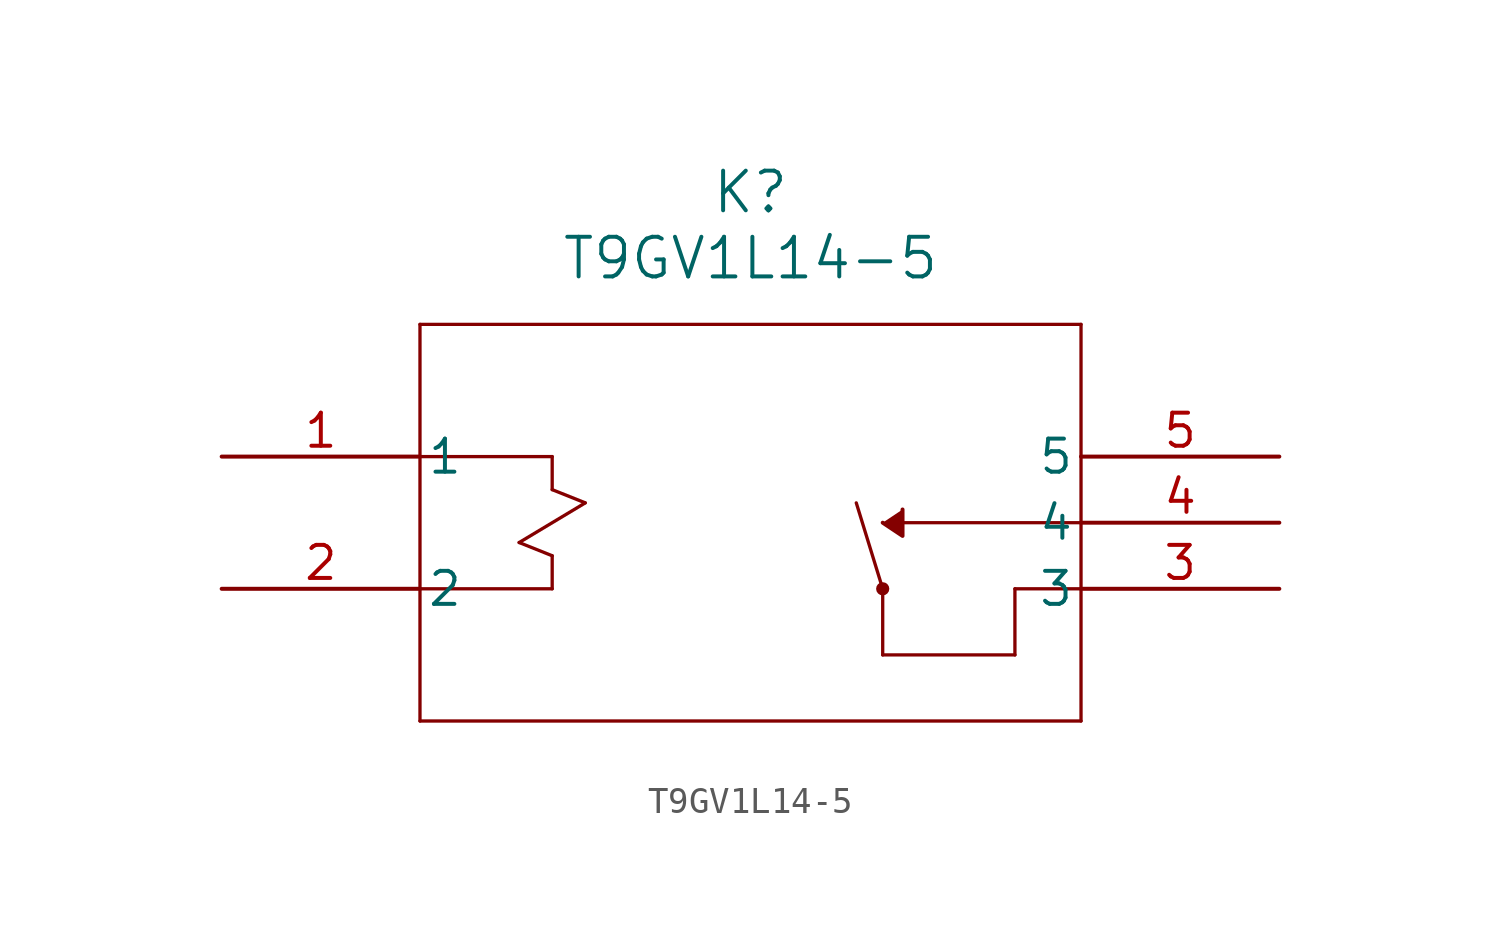
<source format=kicad_sym>
(kicad_symbol_lib
  (version 20211014)
  (generator kicad_symbol_editor)
  (symbol "T9GV1L14-5"
    (pin_names
      (offset 0.254))
    (property "Reference" "K"
      (at 20.32 10.16 0)
      (effects (font (size 1.524 1.524))))
    (property "Value" "T9GV1L14-5"
      (at 20.32 7.62 0)
      (effects (font (size 1.524 1.524))))
    (symbol "T9GV1L14-5_0_1"
      (polyline (pts (xy 7.62 5.08) (xy 7.62 -10.16)) (stroke (width 0.127) (type default) (color 0 0 0 0)) (fill (type none)))
      (polyline (pts (xy 7.62 -10.16) (xy 33.02 -10.16)) (stroke (width 0.127) (type default) (color 0 0 0 0)) (fill (type none)))
      (polyline (pts (xy 33.02 -10.16) (xy 33.02 5.08)) (stroke (width 0.127) (type default) (color 0 0 0 0)) (fill (type none)))
      (polyline (pts (xy 33.02 5.08) (xy 7.62 5.08)) (stroke (width 0.127) (type default) (color 0 0 0 0)) (fill (type none)))
      (polyline (pts (xy 7.62 0) (xy 12.7 0)) (stroke (width 0.127) (type default) (color 0 0 0 0)) (fill (type none)))
      (polyline (pts (xy 7.62 -5.08) (xy 12.7 -5.08)) (stroke (width 0.127) (type default) (color 0 0 0 0)) (fill (type none)))
      (polyline (pts (xy 33.02 -2.54) (xy 25.908 -2.54)) (stroke (width 0.127) (type default) (color 0 0 0 0)) (fill (type none)))
      (polyline (pts (xy 33.02 -5.08) (xy 30.48 -5.08)) (stroke (width 0.127) (type default) (color 0 0 0 0)) (fill (type none)))
      (polyline (pts (xy 30.48 -5.08) (xy 30.48 -7.62)) (stroke (width 0.127) (type default) (color 0 0 0 0)) (fill (type none)))
      (polyline (pts (xy 30.48 -7.62) (xy 25.4 -7.62)) (stroke (width 0.127) (type default) (color 0 0 0 0)) (fill (type none)))
      (polyline (pts (xy 25.4 -7.62) (xy 25.4 -5.08)) (stroke (width 0.127) (type default) (color 0 0 0 0)) (fill (type none)))
      (polyline (pts (xy 12.7 -3.81) (xy 12.7 -5.08)) (stroke (width 0.127) (type default) (color 0 0 0 0)) (fill (type none)))
      (polyline (pts (xy 12.7 0) (xy 12.7 -1.27)) (stroke (width 0.127) (type default) (color 0 0 0 0)) (fill (type none)))
      (polyline (pts (xy 12.7 -1.27) (xy 13.97 -1.778)) (stroke (width 0.127) (type default) (color 0 0 0 0)) (fill (type none)))
      (polyline (pts (xy 12.7 -3.81) (xy 11.43 -3.302)) (stroke (width 0.127) (type default) (color 0 0 0 0)) (fill (type none)))
      (polyline (pts (xy 11.43 -3.302) (xy 13.97 -1.778)) (stroke (width 0.127) (type default) (color 0 0 0 0)) (fill (type none)))
      (circle (center 25.4 -5.08) (radius 0.127) (stroke (width 0.254) (type default) (color 0 0 0 0)) (fill (type none)))
      (polyline (pts (xy 25.4 -2.54) (xy 26.162 -3.048) (xy 26.162 -2.032)) (stroke (width 0) (type default) (color 0 0 0 0)) (fill (type outline)))
      (polyline (pts (xy 25.4 -5.08) (xy 24.384 -1.778)) (stroke (width 0.127) (type default) (color 0 0 0 0)) (fill (type none)))
      (pin unspecified line (at 0 0 0) (length 7.62) (name "1" (effects (font (size 1.27 1.27)))) (number "1" (effects (font (size 1.27 1.27)))))
      (pin unspecified line (at 0 -5.08 0) (length 7.62) (name "2" (effects (font (size 1.27 1.27)))) (number "2" (effects (font (size 1.27 1.27)))))
      (pin unspecified line (at 40.64 -5.08 180) (length 7.62) (name "3" (effects (font (size 1.27 1.27)))) (number "3" (effects (font (size 1.27 1.27)))))
      (pin unspecified line (at 40.64 -2.54 180) (length 7.62) (name "4" (effects (font (size 1.27 1.27)))) (number "4" (effects (font (size 1.27 1.27)))))
      (pin unspecified line (at 40.64 0 180) (length 7.62) (name "5" (effects (font (size 1.27 1.27)))) (number "5" (effects (font (size 1.27 1.27))))))))
</source>
